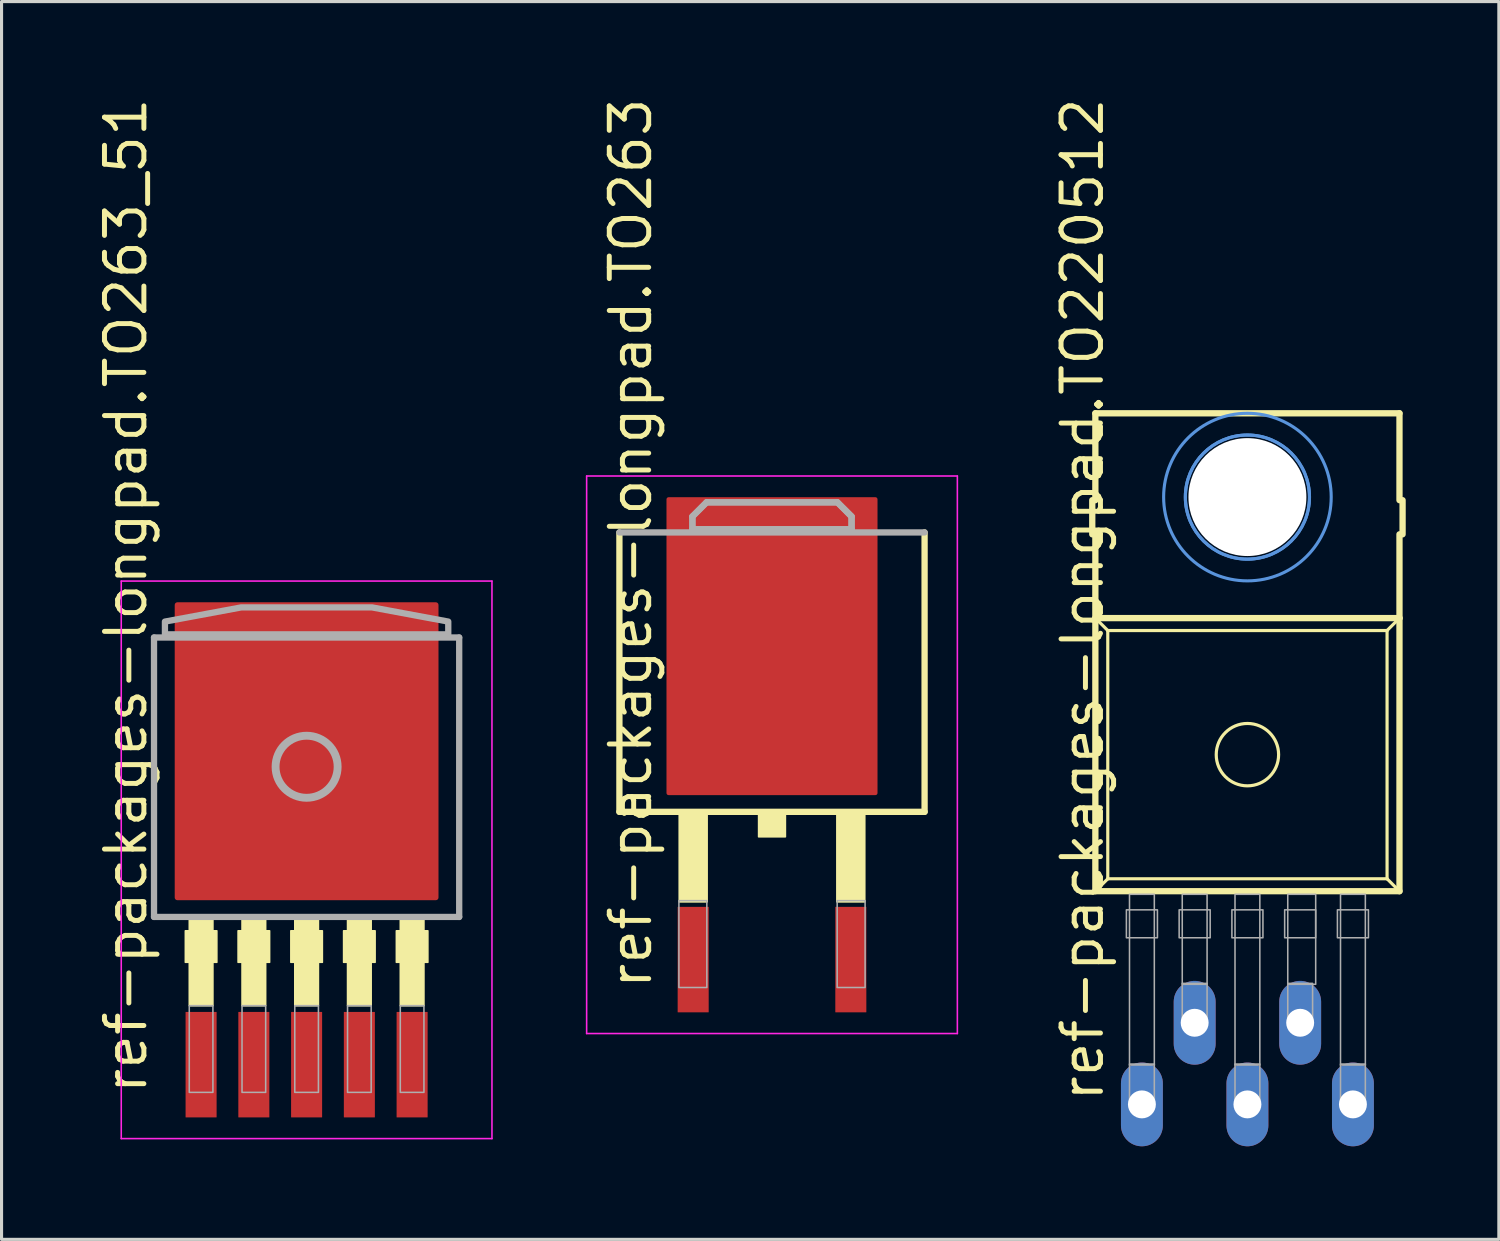
<source format=kicad_pcb>
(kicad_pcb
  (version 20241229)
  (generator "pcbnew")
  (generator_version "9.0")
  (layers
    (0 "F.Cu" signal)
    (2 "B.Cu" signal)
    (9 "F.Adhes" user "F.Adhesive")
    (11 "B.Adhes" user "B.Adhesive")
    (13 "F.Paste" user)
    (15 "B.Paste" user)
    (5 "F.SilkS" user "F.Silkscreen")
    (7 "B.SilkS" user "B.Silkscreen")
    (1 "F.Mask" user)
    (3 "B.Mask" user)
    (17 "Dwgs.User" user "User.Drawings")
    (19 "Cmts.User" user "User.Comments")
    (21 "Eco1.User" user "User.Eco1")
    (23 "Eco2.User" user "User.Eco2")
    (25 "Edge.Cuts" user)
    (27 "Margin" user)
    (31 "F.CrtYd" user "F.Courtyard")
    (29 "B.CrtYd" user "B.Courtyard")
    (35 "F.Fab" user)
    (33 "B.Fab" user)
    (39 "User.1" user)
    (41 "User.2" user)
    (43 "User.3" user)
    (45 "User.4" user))
  (footprint "ref-packages-longpad.TO263_51"
    (layer "F.Cu")
    (at 6.83 24.658)
    (property "Reference" "ref-packages-longpad.TO263_51" (at -5.08 7.62 90) (layer "F.SilkS") (effects (font (size 1.27 1.27) (thickness 0.16)) (justify left bottom)))
    (attr smd)
    (fp_rect (start -3.908 3.302) (end -2.892 2.286) (stroke (width 0.05) (type default)) (fill yes) (layer "F.SilkS"))
    (fp_rect (start -3.781 4.699) (end -3.019 1.905) (stroke (width 0.05) (type default)) (fill yes) (layer "F.SilkS"))
    (fp_rect (start -2.208 3.302) (end -1.192 2.286) (stroke (width 0.05) (type default)) (fill yes) (layer "F.SilkS"))
    (fp_rect (start -2.081 4.699) (end -1.319 1.905) (stroke (width 0.05) (type default)) (fill yes) (layer "F.SilkS"))
    (fp_rect (start -0.508 3.302) (end 0.508 2.286) (stroke (width 0.05) (type default)) (fill yes) (layer "F.SilkS"))
    (fp_rect (start -0.381 4.699) (end 0.381 1.905) (stroke (width 0.05) (type default)) (fill yes) (layer "F.SilkS"))
    (fp_rect (start 1.192 3.302) (end 2.208 2.286) (stroke (width 0.05) (type default)) (fill yes) (layer "F.SilkS"))
    (fp_rect (start 1.319 4.699) (end 2.081 1.905) (stroke (width 0.05) (type default)) (fill yes) (layer "F.SilkS"))
    (fp_rect (start 2.892 3.302) (end 3.908 2.286) (stroke (width 0.05) (type default)) (fill yes) (layer "F.SilkS"))
    (fp_rect (start 3.019 4.699) (end 3.781 1.905) (stroke (width 0.05) (type default)) (fill yes) (layer "F.SilkS"))
    (fp_line (start -5.973 -8.983) (end 5.973 -8.983) (stroke (width 0.051) (type default)) (layer "F.CrtYd"))
    (fp_line (start -5.973 8.983) (end -5.973 -8.983) (stroke (width 0.051) (type default)) (layer "F.CrtYd"))
    (fp_line (start 5.973 -8.983) (end 5.973 8.983) (stroke (width 0.051) (type default)) (layer "F.CrtYd"))
    (fp_line (start 5.973 8.983) (end -5.973 8.983) (stroke (width 0.051) (type default)) (layer "F.CrtYd"))
    (fp_line (start -4.917 -7.165) (end 4.917 -7.165) (stroke (width 0.203) (type default)) (layer "F.Fab"))
    (fp_line (start -4.917 1.839) (end -4.917 -7.165) (stroke (width 0.203) (type default)) (layer "F.Fab"))
    (fp_line (start 4.917 -7.165) (end 4.917 1.839) (stroke (width 0.203) (type default)) (layer "F.Fab"))
    (fp_line (start 4.917 1.839) (end -4.917 1.839) (stroke (width 0.203) (type default)) (layer "F.Fab"))
    (fp_rect (start -3.781 7.493) (end -3.019 4.699) (stroke (width 0.05) (type default)) (fill no) (layer "F.Fab"))
    (fp_rect (start -2.081 7.493) (end -1.319 4.699) (stroke (width 0.05) (type default)) (fill no) (layer "F.Fab"))
    (fp_rect (start -0.381 7.493) (end 0.381 4.699) (stroke (width 0.05) (type default)) (fill no) (layer "F.Fab"))
    (fp_rect (start 1.319 7.493) (end 2.081 4.699) (stroke (width 0.05) (type default)) (fill no) (layer "F.Fab"))
    (fp_rect (start 3.019 7.493) (end 3.781 4.699) (stroke (width 0.05) (type default)) (fill no) (layer "F.Fab"))
    (fp_circle (center 0 -3) (end 1 -3) (stroke (width 0.254) (type default)) (fill no) (layer "F.Fab"))
    (fp_poly (pts (xy -4.565 -7.267) (xy -4.565 -7.678) (xy -2.108 -8.135) (xy 2.108 -8.135) (xy 4.565 -7.678) (xy 4.565 -7.267)) (stroke (width 0.203) (type default)) (fill no) (layer "F.Fab"))
    (pad "1" smd roundrect (at -3.4 6.6) (size 1 3.4) (layers "F.Cu" "F.Mask" "F.Paste") (roundrect_rratio 0.01))
    (pad "2" smd roundrect (at -1.7 6.6) (size 1 3.4) (layers "F.Cu" "F.Mask" "F.Paste") (roundrect_rratio 0.01))
    (pad "3" smd roundrect (at 0 6.6) (size 1 3.4) (layers "F.Cu" "F.Mask" "F.Paste") (roundrect_rratio 0.01))
    (pad "4" smd roundrect (at 1.7 6.6) (size 1 3.4) (layers "F.Cu" "F.Mask" "F.Paste") (roundrect_rratio 0.01))
    (pad "5" smd roundrect (at 3.4 6.6) (size 1 3.4) (layers "F.Cu" "F.Mask" "F.Paste") (roundrect_rratio 0.01))
    (pad "6" smd roundrect (at 0 -3.5) (size 8.5 9.6) (layers "F.Cu" "F.Mask" "F.Paste") (roundrect_rratio 0.01)))
  (footprint "ref-packages-longpad.TO263"
    (layer "F.Cu")
    (at 21.827 21.272)
    (property "Reference" "ref-packages-longpad.TO263" (at -3.81 7.62 90) (layer "F.SilkS") (effects (font (size 1.27 1.27) (thickness 0.16)) (justify left bottom)))
    (attr smd)
    (fp_line (start -4.917 1.839) (end -4.917 -7.165) (stroke (width 0.203) (type default)) (layer "F.SilkS"))
    (fp_line (start 4.917 -7.165) (end 4.917 1.839) (stroke (width 0.203) (type default)) (layer "F.SilkS"))
    (fp_line (start 4.917 1.839) (end -4.917 1.839) (stroke (width 0.203) (type default)) (layer "F.SilkS"))
    (fp_rect (start -2.99 4.74) (end -2.09 1.94) (stroke (width 0.05) (type default)) (fill yes) (layer "F.SilkS"))
    (fp_rect (start -0.432 2.643) (end 0.432 1.881) (stroke (width 0.05) (type default)) (fill yes) (layer "F.SilkS"))
    (fp_rect (start 2.09 4.74) (end 2.99 1.94) (stroke (width 0.05) (type default)) (fill yes) (layer "F.SilkS"))
    (fp_line (start -5.973 -8.983) (end 5.973 -8.983) (stroke (width 0.051) (type default)) (layer "F.CrtYd"))
    (fp_line (start -5.973 8.983) (end -5.973 -8.983) (stroke (width 0.051) (type default)) (layer "F.CrtYd"))
    (fp_line (start 5.973 -8.983) (end 5.973 8.983) (stroke (width 0.051) (type default)) (layer "F.CrtYd"))
    (fp_line (start 5.973 8.983) (end -5.973 8.983) (stroke (width 0.051) (type default)) (layer "F.CrtYd"))
    (fp_line (start -4.917 -7.165) (end 4.917 -7.165) (stroke (width 0.203) (type default)) (layer "F.Fab"))
    (fp_line (start -2.565 -7.678) (end -2.108 -8.135) (stroke (width 0.203) (type default)) (layer "F.Fab"))
    (fp_line (start -2.565 -7.267) (end -2.565 -7.678) (stroke (width 0.203) (type default)) (layer "F.Fab"))
    (fp_line (start -2.108 -8.135) (end 2.108 -8.135) (stroke (width 0.203) (type default)) (layer "F.Fab"))
    (fp_line (start 2.108 -8.135) (end 2.565 -7.678) (stroke (width 0.203) (type default)) (layer "F.Fab"))
    (fp_line (start 2.565 -7.678) (end 2.565 -7.267) (stroke (width 0.203) (type default)) (layer "F.Fab"))
    (fp_line (start 2.565 -7.267) (end -2.565 -7.267) (stroke (width 0.203) (type default)) (layer "F.Fab"))
    (fp_rect (start -3 7.5) (end -2.1 4.7) (stroke (width 0.05) (type default)) (fill no) (layer "F.Fab"))
    (fp_rect (start 2.1 7.5) (end 3 4.7) (stroke (width 0.05) (type default)) (fill no) (layer "F.Fab"))
    (fp_poly (pts (xy -2.565 -7.267) (xy -2.565 -7.678) (xy -2.108 -8.135) (xy 2.108 -8.135) (xy 2.565 -7.678) (xy 2.565 -7.267)) (stroke (width 0.203) (type default)) (fill no) (layer "F.Fab"))
    (pad "1" smd roundrect (at -2.54 6.6) (size 1 3.4) (layers "F.Cu" "F.Mask" "F.Paste") (roundrect_rratio 0.01))
    (pad "2" smd roundrect (at 2.54 6.6) (size 1 3.4) (layers "F.Cu" "F.Mask" "F.Paste") (roundrect_rratio 0.01))
    (pad "3" smd roundrect (at 0 -3.5) (size 6.8 9.6) (layers "F.Cu" "F.Mask" "F.Paste") (roundrect_rratio 0.01)))
  (footprint "ref-packages-longpad.TO220512"
    (layer "F.Cu")
    (at 37.147 10.168)
    (property "Reference" "ref-packages-longpad.TO220512" (at -4.572 22.352 90) (layer "F.SilkS") (effects (font (size 1.27 1.27) (thickness 0.16)) (justify left bottom)))
    (attr through_hole)
    (fp_line (start -5 2.9) (end -5 4) (stroke (width 0.203) (type default)) (layer "F.SilkS"))
    (fp_line (start -4.9 0.1) (end -4.9 2.9) (stroke (width 0.203) (type default)) (layer "F.SilkS"))
    (fp_line (start -4.9 4) (end -4.9 6.7) (stroke (width 0.203) (type default)) (layer "F.SilkS"))
    (fp_line (start -4.9 6.7) (end -4.9 15.5) (stroke (width 0.203) (type default)) (layer "F.SilkS"))
    (fp_line (start -4.9 6.7) (end 4.9 6.7) (stroke (width 0.203) (type default)) (layer "F.SilkS"))
    (fp_line (start -4.9 15.5) (end -4.5 15.1) (stroke (width 0.102) (type default)) (layer "F.SilkS"))
    (fp_line (start -4.9 15.5) (end 4.9 15.5) (stroke (width 0.203) (type default)) (layer "F.SilkS"))
    (fp_line (start -4.5 7.1) (end -4.8 6.8) (stroke (width 0.102) (type default)) (layer "F.SilkS"))
    (fp_line (start -4.5 7.1) (end -4.5 15.1) (stroke (width 0.102) (type default)) (layer "F.SilkS"))
    (fp_line (start -4.5 15.1) (end 4.5 15.1) (stroke (width 0.102) (type default)) (layer "F.SilkS"))
    (fp_line (start 4.5 7.1) (end -4.5 7.1) (stroke (width 0.102) (type default)) (layer "F.SilkS"))
    (fp_line (start 4.5 7.1) (end 4.8 6.8) (stroke (width 0.102) (type default)) (layer "F.SilkS"))
    (fp_line (start 4.5 15.1) (end 4.5 7.1) (stroke (width 0.102) (type default)) (layer "F.SilkS"))
    (fp_line (start 4.5 15.1) (end 4.9 15.5) (stroke (width 0.102) (type default)) (layer "F.SilkS"))
    (fp_line (start 4.9 0.1) (end -4.9 0.1) (stroke (width 0.203) (type default)) (layer "F.SilkS"))
    (fp_line (start 4.9 2.9) (end 4.9 0.1) (stroke (width 0.203) (type default)) (layer "F.SilkS"))
    (fp_line (start 4.9 6.7) (end 4.9 4) (stroke (width 0.203) (type default)) (layer "F.SilkS"))
    (fp_line (start 4.9 15.5) (end 4.9 6.7) (stroke (width 0.203) (type default)) (layer "F.SilkS"))
    (fp_line (start 5 4) (end 5 2.9) (stroke (width 0.203) (type default)) (layer "F.SilkS"))
    (fp_circle (center 0 11.1) (end 1.005 11.1) (stroke (width 0.102) (type default)) (fill no) (layer "F.SilkS"))
    (fp_circle (center 0 2.8) (end 2 2.8) (stroke (width 0.1) (type default)) (fill no) (layer "Cmts.User"))
    (fp_circle (center 0 2.8) (end 2 2.8) (stroke (width 0.1) (type default)) (fill no) (layer "Cmts.User"))
    (fp_circle (center 0 2.8) (end 2.7 2.8) (stroke (width 0.1) (type default)) (fill no) (layer "Cmts.User"))
    (fp_rect (start -3.9 17) (end -2.9 16.1) (stroke (width 0.05) (type default)) (fill no) (layer "F.Fab"))
    (fp_rect (start -3.8 21.1) (end -3 15.6) (stroke (width 0.05) (type default)) (fill no) (layer "F.Fab"))
    (fp_rect (start -3.8 22.27) (end -3 21.07) (stroke (width 0.05) (type default)) (fill no) (layer "F.Fab"))
    (fp_rect (start -2.2 17) (end -1.2 16.1) (stroke (width 0.05) (type default)) (fill no) (layer "F.Fab"))
    (fp_rect (start -2.1 18.5) (end -1.3 15.6) (stroke (width 0.05) (type default)) (fill no) (layer "F.Fab"))
    (fp_rect (start -2.1 19.67) (end -1.3 18.47) (stroke (width 0.05) (type default)) (fill no) (layer "F.Fab"))
    (fp_rect (start -0.5 17) (end 0.5 16.1) (stroke (width 0.05) (type default)) (fill no) (layer "F.Fab"))
    (fp_rect (start -0.4 21.1) (end 0.4 15.6) (stroke (width 0.05) (type default)) (fill no) (layer "F.Fab"))
    (fp_rect (start -0.4 22.27) (end 0.4 21.07) (stroke (width 0.05) (type default)) (fill no) (layer "F.Fab"))
    (fp_rect (start 1.2 17) (end 2.2 16.1) (stroke (width 0.05) (type default)) (fill no) (layer "F.Fab"))
    (fp_rect (start 1.3 18.5) (end 2.2 15.6) (stroke (width 0.05) (type default)) (fill no) (layer "F.Fab"))
    (fp_rect (start 1.3 19.67) (end 2.1 18.47) (stroke (width 0.05) (type default)) (fill no) (layer "F.Fab"))
    (fp_rect (start 2.9 17) (end 3.9 16.1) (stroke (width 0.05) (type default)) (fill no) (layer "F.Fab"))
    (fp_rect (start 3 21.1) (end 3.8 15.6) (stroke (width 0.05) (type default)) (fill no) (layer "F.Fab"))
    (fp_rect (start 3 22.27) (end 3.8 21.07) (stroke (width 0.05) (type default)) (fill no) (layer "F.Fab"))
    (pad "" np_thru_hole circle (at 0 2.8) (size 3.8 3.8) (drill 3.8) (layers "*.Cu" "*.Mask"))
    (pad "1" thru_hole oval (at -3.4 22.37 90) (size 2.7 1.35) (drill 0.9) (layers "*.Cu" "*.Mask"))
    (pad "2" thru_hole oval (at -1.7 19.74 90) (size 2.7 1.35) (drill 0.9) (layers "*.Cu" "*.Mask"))
    (pad "3" thru_hole oval (at 0 22.37 90) (size 2.7 1.35) (drill 0.9) (layers "*.Cu" "*.Mask"))
    (pad "4" thru_hole oval (at 1.7 19.74 90) (size 2.7 1.35) (drill 0.9) (layers "*.Cu" "*.Mask"))
    (pad "5" thru_hole oval (at 3.4 22.37 90) (size 2.7 1.35) (drill 0.9) (layers "*.Cu" "*.Mask")))
  (gr_rect
    (start -3 -3)
    (end 45.249 36.888)
    (stroke (width 0.1) (type default))
    (fill no)
    (layer "Edge.Cuts")))
</source>
